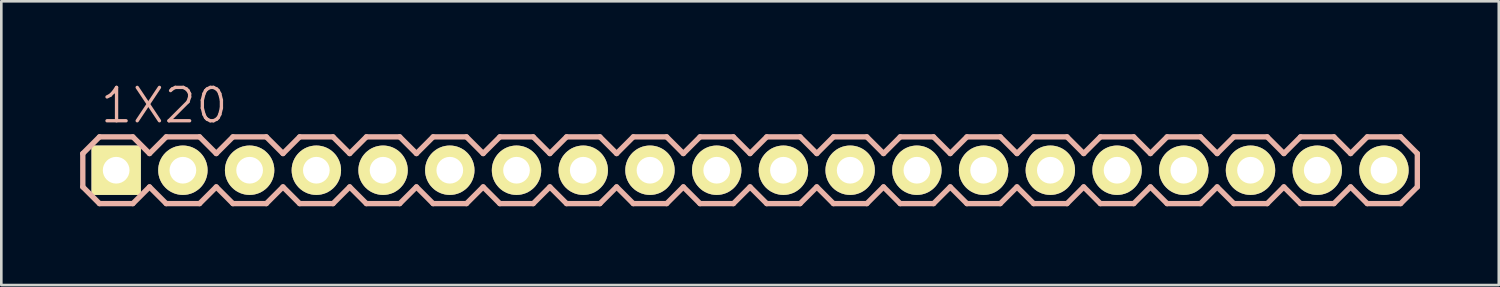
<source format=kicad_pcb>
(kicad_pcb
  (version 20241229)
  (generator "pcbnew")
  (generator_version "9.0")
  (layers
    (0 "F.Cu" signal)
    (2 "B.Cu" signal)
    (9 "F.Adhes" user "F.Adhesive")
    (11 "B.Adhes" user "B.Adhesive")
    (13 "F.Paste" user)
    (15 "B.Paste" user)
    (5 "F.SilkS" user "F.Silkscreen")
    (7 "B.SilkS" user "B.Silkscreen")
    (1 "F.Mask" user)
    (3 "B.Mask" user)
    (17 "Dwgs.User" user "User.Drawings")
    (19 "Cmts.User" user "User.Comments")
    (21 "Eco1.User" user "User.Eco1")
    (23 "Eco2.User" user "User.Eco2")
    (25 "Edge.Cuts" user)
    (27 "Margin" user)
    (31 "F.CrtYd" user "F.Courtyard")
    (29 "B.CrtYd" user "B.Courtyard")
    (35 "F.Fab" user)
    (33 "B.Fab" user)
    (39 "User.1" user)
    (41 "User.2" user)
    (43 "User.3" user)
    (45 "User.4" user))
  (footprint "1X20"
    (layer "F.Cu")
    (at 1.372 3.43)
    (property "Reference" "1X20" (at 1.829 -2.464 0) (layer "B.SilkS") (effects (font (size 1.27 1.27) (thickness 0.127))))
    (attr exclude_from_pos_files exclude_from_bom)
    (fp_line (start -0.254 -0.254) (end 0.254 -0.254) (stroke (width 0.066) (type solid)) (layer "F.SilkS"))
    (fp_line (start -0.254 0.254) (end -0.254 -0.254) (stroke (width 0.066) (type solid)) (layer "F.SilkS"))
    (fp_line (start -0.254 0.254) (end 0.254 0.254) (stroke (width 0.066) (type solid)) (layer "F.SilkS"))
    (fp_line (start 0.254 0.254) (end 0.254 -0.254) (stroke (width 0.066) (type solid)) (layer "F.SilkS"))
    (fp_line (start 2.286 -0.254) (end 2.794 -0.254) (stroke (width 0.066) (type solid)) (layer "F.SilkS"))
    (fp_line (start 2.286 0.254) (end 2.286 -0.254) (stroke (width 0.066) (type solid)) (layer "F.SilkS"))
    (fp_line (start 2.286 0.254) (end 2.794 0.254) (stroke (width 0.066) (type solid)) (layer "F.SilkS"))
    (fp_line (start 2.794 0.254) (end 2.794 -0.254) (stroke (width 0.066) (type solid)) (layer "F.SilkS"))
    (fp_line (start 4.826 -0.254) (end 5.334 -0.254) (stroke (width 0.066) (type solid)) (layer "F.SilkS"))
    (fp_line (start 4.826 0.254) (end 4.826 -0.254) (stroke (width 0.066) (type solid)) (layer "F.SilkS"))
    (fp_line (start 4.826 0.254) (end 5.334 0.254) (stroke (width 0.066) (type solid)) (layer "F.SilkS"))
    (fp_line (start 5.334 0.254) (end 5.334 -0.254) (stroke (width 0.066) (type solid)) (layer "F.SilkS"))
    (fp_line (start 7.366 -0.254) (end 7.874 -0.254) (stroke (width 0.066) (type solid)) (layer "F.SilkS"))
    (fp_line (start 7.366 0.254) (end 7.366 -0.254) (stroke (width 0.066) (type solid)) (layer "F.SilkS"))
    (fp_line (start 7.366 0.254) (end 7.874 0.254) (stroke (width 0.066) (type solid)) (layer "F.SilkS"))
    (fp_line (start 7.874 0.254) (end 7.874 -0.254) (stroke (width 0.066) (type solid)) (layer "F.SilkS"))
    (fp_line (start 9.906 -0.254) (end 10.414 -0.254) (stroke (width 0.066) (type solid)) (layer "F.SilkS"))
    (fp_line (start 9.906 0.254) (end 9.906 -0.254) (stroke (width 0.066) (type solid)) (layer "F.SilkS"))
    (fp_line (start 9.906 0.254) (end 10.414 0.254) (stroke (width 0.066) (type solid)) (layer "F.SilkS"))
    (fp_line (start 10.414 0.254) (end 10.414 -0.254) (stroke (width 0.066) (type solid)) (layer "F.SilkS"))
    (fp_line (start 12.446 -0.254) (end 12.954 -0.254) (stroke (width 0.066) (type solid)) (layer "F.SilkS"))
    (fp_line (start 12.446 0.254) (end 12.446 -0.254) (stroke (width 0.066) (type solid)) (layer "F.SilkS"))
    (fp_line (start 12.446 0.254) (end 12.954 0.254) (stroke (width 0.066) (type solid)) (layer "F.SilkS"))
    (fp_line (start 12.954 0.254) (end 12.954 -0.254) (stroke (width 0.066) (type solid)) (layer "F.SilkS"))
    (fp_line (start 14.986 -0.254) (end 15.494 -0.254) (stroke (width 0.066) (type solid)) (layer "F.SilkS"))
    (fp_line (start 14.986 0.254) (end 14.986 -0.254) (stroke (width 0.066) (type solid)) (layer "F.SilkS"))
    (fp_line (start 14.986 0.254) (end 15.494 0.254) (stroke (width 0.066) (type solid)) (layer "F.SilkS"))
    (fp_line (start 15.494 0.254) (end 15.494 -0.254) (stroke (width 0.066) (type solid)) (layer "F.SilkS"))
    (fp_line (start 17.523 -0.254) (end 18.034 -0.254) (stroke (width 0.066) (type solid)) (layer "F.SilkS"))
    (fp_line (start 17.523 0.254) (end 17.523 -0.254) (stroke (width 0.066) (type solid)) (layer "F.SilkS"))
    (fp_line (start 17.523 0.254) (end 18.034 0.254) (stroke (width 0.066) (type solid)) (layer "F.SilkS"))
    (fp_line (start 18.034 0.254) (end 18.034 -0.254) (stroke (width 0.066) (type solid)) (layer "F.SilkS"))
    (fp_line (start 20.066 -0.254) (end 20.574 -0.254) (stroke (width 0.066) (type solid)) (layer "F.SilkS"))
    (fp_line (start 20.066 0.254) (end 20.066 -0.254) (stroke (width 0.066) (type solid)) (layer "F.SilkS"))
    (fp_line (start 20.066 0.254) (end 20.574 0.254) (stroke (width 0.066) (type solid)) (layer "F.SilkS"))
    (fp_line (start 20.574 0.254) (end 20.574 -0.254) (stroke (width 0.066) (type solid)) (layer "F.SilkS"))
    (fp_line (start 22.606 -0.254) (end 23.114 -0.254) (stroke (width 0.066) (type solid)) (layer "F.SilkS"))
    (fp_line (start 22.606 0.254) (end 22.606 -0.254) (stroke (width 0.066) (type solid)) (layer "F.SilkS"))
    (fp_line (start 22.606 0.254) (end 23.114 0.254) (stroke (width 0.066) (type solid)) (layer "F.SilkS"))
    (fp_line (start 23.114 0.254) (end 23.114 -0.254) (stroke (width 0.066) (type solid)) (layer "F.SilkS"))
    (fp_line (start 25.146 -0.254) (end 25.654 -0.254) (stroke (width 0.066) (type solid)) (layer "F.SilkS"))
    (fp_line (start 25.146 0.254) (end 25.146 -0.254) (stroke (width 0.066) (type solid)) (layer "F.SilkS"))
    (fp_line (start 25.146 0.254) (end 25.654 0.254) (stroke (width 0.066) (type solid)) (layer "F.SilkS"))
    (fp_line (start 25.654 0.254) (end 25.654 -0.254) (stroke (width 0.066) (type solid)) (layer "F.SilkS"))
    (fp_line (start 27.686 -0.254) (end 28.194 -0.254) (stroke (width 0.066) (type solid)) (layer "F.SilkS"))
    (fp_line (start 27.686 0.254) (end 27.686 -0.254) (stroke (width 0.066) (type solid)) (layer "F.SilkS"))
    (fp_line (start 27.686 0.254) (end 28.194 0.254) (stroke (width 0.066) (type solid)) (layer "F.SilkS"))
    (fp_line (start 28.194 0.254) (end 28.194 -0.254) (stroke (width 0.066) (type solid)) (layer "F.SilkS"))
    (fp_line (start 30.226 -0.254) (end 30.734 -0.254) (stroke (width 0.066) (type solid)) (layer "F.SilkS"))
    (fp_line (start 30.226 0.254) (end 30.226 -0.254) (stroke (width 0.066) (type solid)) (layer "F.SilkS"))
    (fp_line (start 30.226 0.254) (end 30.734 0.254) (stroke (width 0.066) (type solid)) (layer "F.SilkS"))
    (fp_line (start 30.734 0.254) (end 30.734 -0.254) (stroke (width 0.066) (type solid)) (layer "F.SilkS"))
    (fp_line (start 32.766 -0.254) (end 33.274 -0.254) (stroke (width 0.066) (type solid)) (layer "F.SilkS"))
    (fp_line (start 32.766 0.254) (end 32.766 -0.254) (stroke (width 0.066) (type solid)) (layer "F.SilkS"))
    (fp_line (start 32.766 0.254) (end 33.274 0.254) (stroke (width 0.066) (type solid)) (layer "F.SilkS"))
    (fp_line (start 33.274 0.254) (end 33.274 -0.254) (stroke (width 0.066) (type solid)) (layer "F.SilkS"))
    (fp_line (start 35.303 -0.254) (end 35.814 -0.254) (stroke (width 0.066) (type solid)) (layer "F.SilkS"))
    (fp_line (start 35.303 0.254) (end 35.303 -0.254) (stroke (width 0.066) (type solid)) (layer "F.SilkS"))
    (fp_line (start 35.303 0.254) (end 35.814 0.254) (stroke (width 0.066) (type solid)) (layer "F.SilkS"))
    (fp_line (start 35.814 0.254) (end 35.814 -0.254) (stroke (width 0.066) (type solid)) (layer "F.SilkS"))
    (fp_line (start 37.846 -0.254) (end 38.354 -0.254) (stroke (width 0.066) (type solid)) (layer "F.SilkS"))
    (fp_line (start 37.846 0.254) (end 37.846 -0.254) (stroke (width 0.066) (type solid)) (layer "F.SilkS"))
    (fp_line (start 37.846 0.254) (end 38.354 0.254) (stroke (width 0.066) (type solid)) (layer "F.SilkS"))
    (fp_line (start 38.354 0.254) (end 38.354 -0.254) (stroke (width 0.066) (type solid)) (layer "F.SilkS"))
    (fp_line (start 40.386 -0.254) (end 40.894 -0.254) (stroke (width 0.066) (type solid)) (layer "F.SilkS"))
    (fp_line (start 40.386 0.254) (end 40.386 -0.254) (stroke (width 0.066) (type solid)) (layer "F.SilkS"))
    (fp_line (start 40.386 0.254) (end 40.894 0.254) (stroke (width 0.066) (type solid)) (layer "F.SilkS"))
    (fp_line (start 40.894 0.254) (end 40.894 -0.254) (stroke (width 0.066) (type solid)) (layer "F.SilkS"))
    (fp_line (start 42.926 -0.254) (end 43.434 -0.254) (stroke (width 0.066) (type solid)) (layer "F.SilkS"))
    (fp_line (start 42.926 0.254) (end 42.926 -0.254) (stroke (width 0.066) (type solid)) (layer "F.SilkS"))
    (fp_line (start 42.926 0.254) (end 43.434 0.254) (stroke (width 0.066) (type solid)) (layer "F.SilkS"))
    (fp_line (start 43.434 0.254) (end 43.434 -0.254) (stroke (width 0.066) (type solid)) (layer "F.SilkS"))
    (fp_line (start 45.466 -0.254) (end 45.974 -0.254) (stroke (width 0.066) (type solid)) (layer "F.SilkS"))
    (fp_line (start 45.466 0.254) (end 45.466 -0.254) (stroke (width 0.066) (type solid)) (layer "F.SilkS"))
    (fp_line (start 45.466 0.254) (end 45.974 0.254) (stroke (width 0.066) (type solid)) (layer "F.SilkS"))
    (fp_line (start 45.974 0.254) (end 45.974 -0.254) (stroke (width 0.066) (type solid)) (layer "F.SilkS"))
    (fp_line (start 48.006 -0.254) (end 48.514 -0.254) (stroke (width 0.066) (type solid)) (layer "F.SilkS"))
    (fp_line (start 48.006 0.254) (end 48.006 -0.254) (stroke (width 0.066) (type solid)) (layer "F.SilkS"))
    (fp_line (start 48.006 0.254) (end 48.514 0.254) (stroke (width 0.066) (type solid)) (layer "F.SilkS"))
    (fp_line (start 48.514 0.254) (end 48.514 -0.254) (stroke (width 0.066) (type solid)) (layer "F.SilkS"))
    (fp_line (start -1.27 -0.635) (end -1.27 0.635) (stroke (width 0.203) (type solid)) (layer "B.SilkS"))
    (fp_line (start -1.27 0.635) (end -0.635 1.27) (stroke (width 0.203) (type solid)) (layer "B.SilkS"))
    (fp_line (start -0.635 -1.27) (end -1.27 -0.635) (stroke (width 0.203) (type solid)) (layer "B.SilkS"))
    (fp_line (start -0.635 -1.27) (end 0.635 -1.27) (stroke (width 0.203) (type solid)) (layer "B.SilkS"))
    (fp_line (start 0.635 -1.27) (end 1.27 -0.635) (stroke (width 0.203) (type solid)) (layer "B.SilkS"))
    (fp_line (start 0.635 1.27) (end -0.635 1.27) (stroke (width 0.203) (type solid)) (layer "B.SilkS"))
    (fp_line (start 1.27 -0.635) (end 1.905 -1.27) (stroke (width 0.203) (type solid)) (layer "B.SilkS"))
    (fp_line (start 1.27 0.635) (end 0.635 1.27) (stroke (width 0.203) (type solid)) (layer "B.SilkS"))
    (fp_line (start 1.905 -1.27) (end 3.175 -1.27) (stroke (width 0.203) (type solid)) (layer "B.SilkS"))
    (fp_line (start 1.905 1.27) (end 1.27 0.635) (stroke (width 0.203) (type solid)) (layer "B.SilkS"))
    (fp_line (start 3.175 -1.27) (end 3.81 -0.635) (stroke (width 0.203) (type solid)) (layer "B.SilkS"))
    (fp_line (start 3.175 1.27) (end 1.905 1.27) (stroke (width 0.203) (type solid)) (layer "B.SilkS"))
    (fp_line (start 3.81 -0.635) (end 4.445 -1.27) (stroke (width 0.203) (type solid)) (layer "B.SilkS"))
    (fp_line (start 3.81 0.635) (end 3.175 1.27) (stroke (width 0.203) (type solid)) (layer "B.SilkS"))
    (fp_line (start 4.445 -1.27) (end 5.715 -1.27) (stroke (width 0.203) (type solid)) (layer "B.SilkS"))
    (fp_line (start 4.445 1.27) (end 3.81 0.635) (stroke (width 0.203) (type solid)) (layer "B.SilkS"))
    (fp_line (start 5.715 -1.27) (end 6.35 -0.635) (stroke (width 0.203) (type solid)) (layer "B.SilkS"))
    (fp_line (start 5.715 1.27) (end 4.445 1.27) (stroke (width 0.203) (type solid)) (layer "B.SilkS"))
    (fp_line (start 6.35 0.635) (end 5.715 1.27) (stroke (width 0.203) (type solid)) (layer "B.SilkS"))
    (fp_line (start 6.35 0.635) (end 6.985 1.27) (stroke (width 0.203) (type solid)) (layer "B.SilkS"))
    (fp_line (start 6.985 -1.27) (end 6.35 -0.635) (stroke (width 0.203) (type solid)) (layer "B.SilkS"))
    (fp_line (start 6.985 -1.27) (end 8.255 -1.27) (stroke (width 0.203) (type solid)) (layer "B.SilkS"))
    (fp_line (start 8.255 -1.27) (end 8.89 -0.635) (stroke (width 0.203) (type solid)) (layer "B.SilkS"))
    (fp_line (start 8.255 1.27) (end 6.985 1.27) (stroke (width 0.203) (type solid)) (layer "B.SilkS"))
    (fp_line (start 8.89 -0.635) (end 9.525 -1.27) (stroke (width 0.203) (type solid)) (layer "B.SilkS"))
    (fp_line (start 8.89 0.635) (end 8.255 1.27) (stroke (width 0.203) (type solid)) (layer "B.SilkS"))
    (fp_line (start 9.525 -1.27) (end 10.795 -1.27) (stroke (width 0.203) (type solid)) (layer "B.SilkS"))
    (fp_line (start 9.525 1.27) (end 8.89 0.635) (stroke (width 0.203) (type solid)) (layer "B.SilkS"))
    (fp_line (start 10.795 -1.27) (end 11.43 -0.635) (stroke (width 0.203) (type solid)) (layer "B.SilkS"))
    (fp_line (start 10.795 1.27) (end 9.525 1.27) (stroke (width 0.203) (type solid)) (layer "B.SilkS"))
    (fp_line (start 11.43 -0.635) (end 12.065 -1.27) (stroke (width 0.203) (type solid)) (layer "B.SilkS"))
    (fp_line (start 11.43 0.635) (end 10.795 1.27) (stroke (width 0.203) (type solid)) (layer "B.SilkS"))
    (fp_line (start 12.065 -1.27) (end 13.335 -1.27) (stroke (width 0.203) (type solid)) (layer "B.SilkS"))
    (fp_line (start 12.065 1.27) (end 11.43 0.635) (stroke (width 0.203) (type solid)) (layer "B.SilkS"))
    (fp_line (start 13.335 -1.27) (end 13.97 -0.635) (stroke (width 0.203) (type solid)) (layer "B.SilkS"))
    (fp_line (start 13.335 1.27) (end 12.065 1.27) (stroke (width 0.203) (type solid)) (layer "B.SilkS"))
    (fp_line (start 13.97 0.635) (end 13.335 1.27) (stroke (width 0.203) (type solid)) (layer "B.SilkS"))
    (fp_line (start 13.97 0.635) (end 14.605 1.27) (stroke (width 0.203) (type solid)) (layer "B.SilkS"))
    (fp_line (start 14.605 -1.27) (end 13.97 -0.635) (stroke (width 0.203) (type solid)) (layer "B.SilkS"))
    (fp_line (start 14.605 -1.27) (end 15.875 -1.27) (stroke (width 0.203) (type solid)) (layer "B.SilkS"))
    (fp_line (start 15.875 -1.27) (end 16.51 -0.635) (stroke (width 0.203) (type solid)) (layer "B.SilkS"))
    (fp_line (start 15.875 1.27) (end 14.605 1.27) (stroke (width 0.203) (type solid)) (layer "B.SilkS"))
    (fp_line (start 16.51 0.635) (end 15.875 1.27) (stroke (width 0.203) (type solid)) (layer "B.SilkS"))
    (fp_line (start 16.51 0.635) (end 17.145 1.27) (stroke (width 0.203) (type solid)) (layer "B.SilkS"))
    (fp_line (start 17.145 -1.27) (end 16.51 -0.635) (stroke (width 0.203) (type solid)) (layer "B.SilkS"))
    (fp_line (start 17.145 -1.27) (end 18.415 -1.27) (stroke (width 0.203) (type solid)) (layer "B.SilkS"))
    (fp_line (start 18.415 -1.27) (end 19.05 -0.635) (stroke (width 0.203) (type solid)) (layer "B.SilkS"))
    (fp_line (start 18.415 1.27) (end 17.145 1.27) (stroke (width 0.203) (type solid)) (layer "B.SilkS"))
    (fp_line (start 19.05 -0.635) (end 19.685 -1.27) (stroke (width 0.203) (type solid)) (layer "B.SilkS"))
    (fp_line (start 19.05 0.635) (end 18.415 1.27) (stroke (width 0.203) (type solid)) (layer "B.SilkS"))
    (fp_line (start 19.685 -1.27) (end 20.955 -1.27) (stroke (width 0.203) (type solid)) (layer "B.SilkS"))
    (fp_line (start 19.685 1.27) (end 19.05 0.635) (stroke (width 0.203) (type solid)) (layer "B.SilkS"))
    (fp_line (start 20.955 -1.27) (end 21.59 -0.635) (stroke (width 0.203) (type solid)) (layer "B.SilkS"))
    (fp_line (start 20.955 1.27) (end 19.685 1.27) (stroke (width 0.203) (type solid)) (layer "B.SilkS"))
    (fp_line (start 21.59 -0.635) (end 22.225 -1.27) (stroke (width 0.203) (type solid)) (layer "B.SilkS"))
    (fp_line (start 21.59 0.635) (end 20.955 1.27) (stroke (width 0.203) (type solid)) (layer "B.SilkS"))
    (fp_line (start 22.225 -1.27) (end 23.495 -1.27) (stroke (width 0.203) (type solid)) (layer "B.SilkS"))
    (fp_line (start 22.225 1.27) (end 21.59 0.635) (stroke (width 0.203) (type solid)) (layer "B.SilkS"))
    (fp_line (start 23.495 -1.27) (end 24.13 -0.635) (stroke (width 0.203) (type solid)) (layer "B.SilkS"))
    (fp_line (start 23.495 1.27) (end 22.225 1.27) (stroke (width 0.203) (type solid)) (layer "B.SilkS"))
    (fp_line (start 24.13 0.635) (end 23.495 1.27) (stroke (width 0.203) (type solid)) (layer "B.SilkS"))
    (fp_line (start 24.13 0.635) (end 24.765 1.27) (stroke (width 0.203) (type solid)) (layer "B.SilkS"))
    (fp_line (start 24.765 -1.27) (end 24.13 -0.635) (stroke (width 0.203) (type solid)) (layer "B.SilkS"))
    (fp_line (start 24.765 -1.27) (end 26.035 -1.27) (stroke (width 0.203) (type solid)) (layer "B.SilkS"))
    (fp_line (start 26.035 -1.27) (end 26.67 -0.635) (stroke (width 0.203) (type solid)) (layer "B.SilkS"))
    (fp_line (start 26.035 1.27) (end 24.765 1.27) (stroke (width 0.203) (type solid)) (layer "B.SilkS"))
    (fp_line (start 26.67 -0.635) (end 27.305 -1.27) (stroke (width 0.203) (type solid)) (layer "B.SilkS"))
    (fp_line (start 26.67 0.635) (end 26.035 1.27) (stroke (width 0.203) (type solid)) (layer "B.SilkS"))
    (fp_line (start 27.305 -1.27) (end 28.575 -1.27) (stroke (width 0.203) (type solid)) (layer "B.SilkS"))
    (fp_line (start 27.305 1.27) (end 26.67 0.635) (stroke (width 0.203) (type solid)) (layer "B.SilkS"))
    (fp_line (start 28.575 -1.27) (end 29.21 -0.635) (stroke (width 0.203) (type solid)) (layer "B.SilkS"))
    (fp_line (start 28.575 1.27) (end 27.305 1.27) (stroke (width 0.203) (type solid)) (layer "B.SilkS"))
    (fp_line (start 29.21 -0.635) (end 29.845 -1.27) (stroke (width 0.203) (type solid)) (layer "B.SilkS"))
    (fp_line (start 29.21 0.635) (end 28.575 1.27) (stroke (width 0.203) (type solid)) (layer "B.SilkS"))
    (fp_line (start 29.845 -1.27) (end 31.115 -1.27) (stroke (width 0.203) (type solid)) (layer "B.SilkS"))
    (fp_line (start 29.845 1.27) (end 29.21 0.635) (stroke (width 0.203) (type solid)) (layer "B.SilkS"))
    (fp_line (start 31.115 -1.27) (end 31.75 -0.635) (stroke (width 0.203) (type solid)) (layer "B.SilkS"))
    (fp_line (start 31.115 1.27) (end 29.845 1.27) (stroke (width 0.203) (type solid)) (layer "B.SilkS"))
    (fp_line (start 31.75 0.635) (end 31.115 1.27) (stroke (width 0.203) (type solid)) (layer "B.SilkS"))
    (fp_line (start 31.75 0.635) (end 32.385 1.27) (stroke (width 0.203) (type solid)) (layer "B.SilkS"))
    (fp_line (start 32.385 -1.27) (end 31.75 -0.635) (stroke (width 0.203) (type solid)) (layer "B.SilkS"))
    (fp_line (start 32.385 -1.27) (end 33.655 -1.27) (stroke (width 0.203) (type solid)) (layer "B.SilkS"))
    (fp_line (start 33.655 -1.27) (end 34.29 -0.635) (stroke (width 0.203) (type solid)) (layer "B.SilkS"))
    (fp_line (start 33.655 1.27) (end 32.385 1.27) (stroke (width 0.203) (type solid)) (layer "B.SilkS"))
    (fp_line (start 34.29 0.635) (end 33.655 1.27) (stroke (width 0.203) (type solid)) (layer "B.SilkS"))
    (fp_line (start 34.29 0.635) (end 34.925 1.27) (stroke (width 0.203) (type solid)) (layer "B.SilkS"))
    (fp_line (start 34.925 -1.27) (end 34.29 -0.635) (stroke (width 0.203) (type solid)) (layer "B.SilkS"))
    (fp_line (start 34.925 -1.27) (end 36.195 -1.27) (stroke (width 0.203) (type solid)) (layer "B.SilkS"))
    (fp_line (start 36.195 -1.27) (end 36.83 -0.635) (stroke (width 0.203) (type solid)) (layer "B.SilkS"))
    (fp_line (start 36.195 1.27) (end 34.925 1.27) (stroke (width 0.203) (type solid)) (layer "B.SilkS"))
    (fp_line (start 36.83 0.635) (end 36.195 1.27) (stroke (width 0.203) (type solid)) (layer "B.SilkS"))
    (fp_line (start 36.83 0.635) (end 37.465 1.27) (stroke (width 0.203) (type solid)) (layer "B.SilkS"))
    (fp_line (start 37.465 -1.27) (end 36.83 -0.635) (stroke (width 0.203) (type solid)) (layer "B.SilkS"))
    (fp_line (start 37.465 -1.27) (end 38.735 -1.27) (stroke (width 0.203) (type solid)) (layer "B.SilkS"))
    (fp_line (start 38.735 -1.27) (end 39.37 -0.635) (stroke (width 0.203) (type solid)) (layer "B.SilkS"))
    (fp_line (start 38.735 1.27) (end 37.465 1.27) (stroke (width 0.203) (type solid)) (layer "B.SilkS"))
    (fp_line (start 39.37 0.635) (end 38.735 1.27) (stroke (width 0.203) (type solid)) (layer "B.SilkS"))
    (fp_line (start 39.37 0.635) (end 40.005 1.27) (stroke (width 0.203) (type solid)) (layer "B.SilkS"))
    (fp_line (start 40.005 -1.27) (end 39.37 -0.635) (stroke (width 0.203) (type solid)) (layer "B.SilkS"))
    (fp_line (start 40.005 -1.27) (end 41.275 -1.27) (stroke (width 0.203) (type solid)) (layer "B.SilkS"))
    (fp_line (start 41.275 -1.27) (end 41.91 -0.635) (stroke (width 0.203) (type solid)) (layer "B.SilkS"))
    (fp_line (start 41.275 1.27) (end 40.005 1.27) (stroke (width 0.203) (type solid)) (layer "B.SilkS"))
    (fp_line (start 41.91 0.635) (end 41.275 1.27) (stroke (width 0.203) (type solid)) (layer "B.SilkS"))
    (fp_line (start 41.91 0.635) (end 42.545 1.27) (stroke (width 0.203) (type solid)) (layer "B.SilkS"))
    (fp_line (start 42.545 -1.27) (end 41.91 -0.635) (stroke (width 0.203) (type solid)) (layer "B.SilkS"))
    (fp_line (start 42.545 -1.27) (end 43.815 -1.27) (stroke (width 0.203) (type solid)) (layer "B.SilkS"))
    (fp_line (start 43.815 -1.27) (end 44.45 -0.635) (stroke (width 0.203) (type solid)) (layer "B.SilkS"))
    (fp_line (start 43.815 1.27) (end 42.545 1.27) (stroke (width 0.203) (type solid)) (layer "B.SilkS"))
    (fp_line (start 44.45 0.635) (end 43.815 1.27) (stroke (width 0.203) (type solid)) (layer "B.SilkS"))
    (fp_line (start 44.45 0.635) (end 45.085 1.27) (stroke (width 0.203) (type solid)) (layer "B.SilkS"))
    (fp_line (start 45.085 -1.27) (end 44.45 -0.635) (stroke (width 0.203) (type solid)) (layer "B.SilkS"))
    (fp_line (start 45.085 -1.27) (end 46.355 -1.27) (stroke (width 0.203) (type solid)) (layer "B.SilkS"))
    (fp_line (start 46.355 -1.27) (end 46.99 -0.635) (stroke (width 0.203) (type solid)) (layer "B.SilkS"))
    (fp_line (start 46.355 1.27) (end 45.085 1.27) (stroke (width 0.203) (type solid)) (layer "B.SilkS"))
    (fp_line (start 46.99 0.635) (end 46.355 1.27) (stroke (width 0.203) (type solid)) (layer "B.SilkS"))
    (fp_line (start 46.99 0.635) (end 47.625 1.27) (stroke (width 0.203) (type solid)) (layer "B.SilkS"))
    (fp_line (start 47.625 -1.27) (end 46.99 -0.635) (stroke (width 0.203) (type solid)) (layer "B.SilkS"))
    (fp_line (start 47.625 -1.27) (end 48.895 -1.27) (stroke (width 0.203) (type solid)) (layer "B.SilkS"))
    (fp_line (start 48.895 -1.27) (end 49.53 -0.635) (stroke (width 0.203) (type solid)) (layer "B.SilkS"))
    (fp_line (start 48.895 1.27) (end 47.625 1.27) (stroke (width 0.203) (type solid)) (layer "B.SilkS"))
    (fp_line (start 49.53 -0.635) (end 49.53 0.635) (stroke (width 0.203) (type solid)) (layer "B.SilkS"))
    (fp_line (start 49.53 0.635) (end 48.895 1.27) (stroke (width 0.203) (type solid)) (layer "B.SilkS"))
    (pad "1" thru_hole rect (at 0 0) (size 1.88 1.88) (drill 1.016) (layers "*.Cu" "F.Mask" "F.SilkS" "F.Paste"))
    (pad "2" thru_hole circle (at 2.54 0) (size 1.88 1.88) (drill 1.016) (layers "*.Cu" "F.Mask" "F.SilkS" "F.Paste"))
    (pad "3" thru_hole circle (at 5.08 0) (size 1.88 1.88) (drill 1.016) (layers "*.Cu" "F.Mask" "F.SilkS" "F.Paste"))
    (pad "4" thru_hole circle (at 7.62 0) (size 1.88 1.88) (drill 1.016) (layers "*.Cu" "F.Mask" "F.SilkS" "F.Paste"))
    (pad "5" thru_hole circle (at 10.16 0) (size 1.88 1.88) (drill 1.016) (layers "*.Cu" "F.Mask" "F.SilkS" "F.Paste"))
    (pad "6" thru_hole circle (at 12.7 0) (size 1.88 1.88) (drill 1.016) (layers "*.Cu" "F.Mask" "F.SilkS" "F.Paste"))
    (pad "7" thru_hole circle (at 15.24 0) (size 1.88 1.88) (drill 1.016) (layers "*.Cu" "F.Mask" "F.SilkS" "F.Paste"))
    (pad "8" thru_hole circle (at 17.78 0) (size 1.88 1.88) (drill 1.016) (layers "*.Cu" "F.Mask" "F.SilkS" "F.Paste"))
    (pad "9" thru_hole circle (at 20.32 0) (size 1.88 1.88) (drill 1.016) (layers "*.Cu" "F.Mask" "F.SilkS" "F.Paste"))
    (pad "10" thru_hole circle (at 22.86 0) (size 1.88 1.88) (drill 1.016) (layers "*.Cu" "F.Mask" "F.SilkS" "F.Paste"))
    (pad "11" thru_hole circle (at 25.4 0) (size 1.88 1.88) (drill 1.016) (layers "*.Cu" "F.Mask" "F.SilkS" "F.Paste"))
    (pad "12" thru_hole circle (at 27.94 0) (size 1.88 1.88) (drill 1.016) (layers "*.Cu" "F.Mask" "F.SilkS" "F.Paste"))
    (pad "13" thru_hole circle (at 30.48 0) (size 1.88 1.88) (drill 1.016) (layers "*.Cu" "F.Mask" "F.SilkS" "F.Paste"))
    (pad "14" thru_hole circle (at 33.02 0) (size 1.88 1.88) (drill 1.016) (layers "*.Cu" "F.Mask" "F.SilkS" "F.Paste"))
    (pad "15" thru_hole circle (at 35.56 0) (size 1.88 1.88) (drill 1.016) (layers "*.Cu" "F.Mask" "F.SilkS" "F.Paste"))
    (pad "16" thru_hole circle (at 38.1 0) (size 1.88 1.88) (drill 1.016) (layers "*.Cu" "F.Mask" "F.SilkS" "F.Paste"))
    (pad "17" thru_hole circle (at 40.64 0) (size 1.88 1.88) (drill 1.016) (layers "*.Cu" "F.Mask" "F.SilkS" "F.Paste"))
    (pad "18" thru_hole circle (at 43.18 0) (size 1.88 1.88) (drill 1.016) (layers "*.Cu" "F.Mask" "F.SilkS" "F.Paste"))
    (pad "19" thru_hole circle (at 45.72 0) (size 1.88 1.88) (drill 1.016) (layers "*.Cu" "F.Mask" "F.SilkS" "F.Paste"))
    (pad "20" thru_hole circle (at 48.26 0) (size 1.88 1.88) (drill 1.016) (layers "*.Cu" "F.Mask" "F.SilkS" "F.Paste")))
  (gr_rect
    (start -3 -3)
    (end 54.003 7.801)
    (stroke (width 0.1) (type default))
    (fill no)
    (layer "Edge.Cuts")))
</source>
